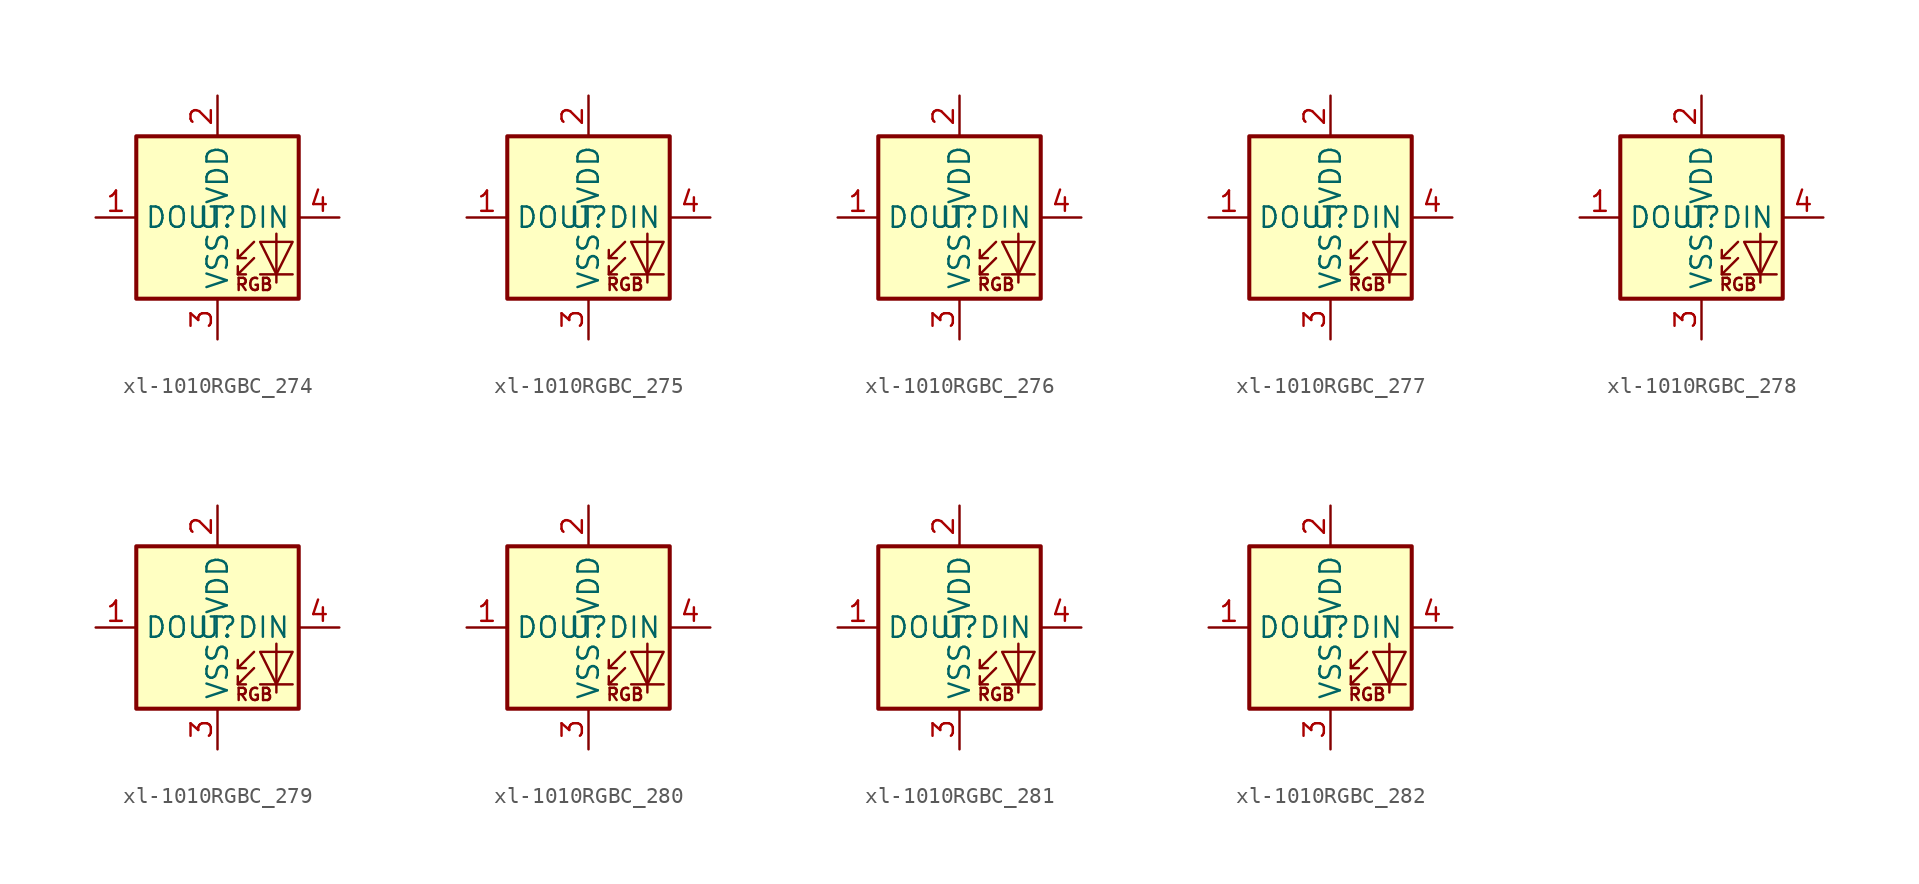
<source format=kicad_sym>
(kicad_symbol_lib
  (version 20231120)
  (generator "kicad_symbol_editor")
  (generator_version "8.0")
  (symbol "xl-1010RGBC_274"
    (property "Reference" "U"
      (at 0 0 0)
      (effects (font (size 1.27 1.27))))
    (property "Value" ""
      (at 0 0 0)
      (effects (font (size 1.27 1.27))))
    (symbol "xl-1010RGBC_274_0_0"
      (text "RGB" (at 2.286 -4.191 0) (effects (font (size 0.762 0.762)))))
    (symbol "xl-1010RGBC_274_0_1"
      (polyline (pts (xy 1.27 -3.556) (xy 1.778 -3.556)) (stroke (width 0) (type default)) (fill (type none)))
      (polyline (pts (xy 1.27 -2.54) (xy 1.778 -2.54)) (stroke (width 0) (type default)) (fill (type none)))
      (polyline (pts (xy 4.699 -3.556) (xy 2.667 -3.556)) (stroke (width 0) (type default)) (fill (type none)))
      (polyline (pts (xy 2.286 -2.54) (xy 1.27 -3.556) (xy 1.27 -3.048)) (stroke (width 0) (type default)) (fill (type none)))
      (polyline (pts (xy 2.286 -1.524) (xy 1.27 -2.54) (xy 1.27 -2.032)) (stroke (width 0) (type default)) (fill (type none)))
      (polyline (pts (xy 3.683 -1.016) (xy 3.683 -3.556) (xy 3.683 -4.064)) (stroke (width 0) (type default)) (fill (type none)))
      (polyline (pts (xy 4.699 -1.524) (xy 2.667 -1.524) (xy 3.683 -3.556) (xy 4.699 -1.524)) (stroke (width 0) (type default)) (fill (type none)))
      (rectangle (start 5.08 5.08) (end -5.08 -5.08) (stroke (width 0.254) (type default)) (fill (type background))))
    (symbol "xl-1010RGBC_274_1_1"
      (pin output line (at -7.62 0 0) (length 2.54) (name "DOUT" (effects (font (size 1.27 1.27)))) (number "1" (effects (font (size 1.27 1.27)))))
      (pin power_in line (at 0 7.62 270) (length 2.54) (name "VDD" (effects (font (size 1.27 1.27)))) (number "2" (effects (font (size 1.27 1.27)))))
      (pin power_in line (at 0 -7.62 90) (length 2.54) (name "VSS" (effects (font (size 1.27 1.27)))) (number "3" (effects (font (size 1.27 1.27)))))
      (pin input line (at 7.62 0 180) (length 2.54) (name "DIN" (effects (font (size 1.27 1.27)))) (number "4" (effects (font (size 1.27 1.27)))))))
  (symbol "xl-1010RGBC_275"
    (property "Reference" "U"
      (at 0 0 0)
      (effects (font (size 1.27 1.27))))
    (property "Value" ""
      (at 0 0 0)
      (effects (font (size 1.27 1.27))))
    (symbol "xl-1010RGBC_275_0_0"
      (text "RGB" (at 2.286 -4.191 0) (effects (font (size 0.762 0.762)))))
    (symbol "xl-1010RGBC_275_0_1"
      (polyline (pts (xy 1.27 -3.556) (xy 1.778 -3.556)) (stroke (width 0) (type default)) (fill (type none)))
      (polyline (pts (xy 1.27 -2.54) (xy 1.778 -2.54)) (stroke (width 0) (type default)) (fill (type none)))
      (polyline (pts (xy 4.699 -3.556) (xy 2.667 -3.556)) (stroke (width 0) (type default)) (fill (type none)))
      (polyline (pts (xy 2.286 -2.54) (xy 1.27 -3.556) (xy 1.27 -3.048)) (stroke (width 0) (type default)) (fill (type none)))
      (polyline (pts (xy 2.286 -1.524) (xy 1.27 -2.54) (xy 1.27 -2.032)) (stroke (width 0) (type default)) (fill (type none)))
      (polyline (pts (xy 3.683 -1.016) (xy 3.683 -3.556) (xy 3.683 -4.064)) (stroke (width 0) (type default)) (fill (type none)))
      (polyline (pts (xy 4.699 -1.524) (xy 2.667 -1.524) (xy 3.683 -3.556) (xy 4.699 -1.524)) (stroke (width 0) (type default)) (fill (type none)))
      (rectangle (start 5.08 5.08) (end -5.08 -5.08) (stroke (width 0.254) (type default)) (fill (type background))))
    (symbol "xl-1010RGBC_275_1_1"
      (pin output line (at -7.62 0 0) (length 2.54) (name "DOUT" (effects (font (size 1.27 1.27)))) (number "1" (effects (font (size 1.27 1.27)))))
      (pin power_in line (at 0 7.62 270) (length 2.54) (name "VDD" (effects (font (size 1.27 1.27)))) (number "2" (effects (font (size 1.27 1.27)))))
      (pin power_in line (at 0 -7.62 90) (length 2.54) (name "VSS" (effects (font (size 1.27 1.27)))) (number "3" (effects (font (size 1.27 1.27)))))
      (pin input line (at 7.62 0 180) (length 2.54) (name "DIN" (effects (font (size 1.27 1.27)))) (number "4" (effects (font (size 1.27 1.27)))))))
  (symbol "xl-1010RGBC_276"
    (property "Reference" "U"
      (at 0 0 0)
      (effects (font (size 1.27 1.27))))
    (property "Value" ""
      (at 0 0 0)
      (effects (font (size 1.27 1.27))))
    (symbol "xl-1010RGBC_276_0_0"
      (text "RGB" (at 2.286 -4.191 0) (effects (font (size 0.762 0.762)))))
    (symbol "xl-1010RGBC_276_0_1"
      (polyline (pts (xy 1.27 -3.556) (xy 1.778 -3.556)) (stroke (width 0) (type default)) (fill (type none)))
      (polyline (pts (xy 1.27 -2.54) (xy 1.778 -2.54)) (stroke (width 0) (type default)) (fill (type none)))
      (polyline (pts (xy 4.699 -3.556) (xy 2.667 -3.556)) (stroke (width 0) (type default)) (fill (type none)))
      (polyline (pts (xy 2.286 -2.54) (xy 1.27 -3.556) (xy 1.27 -3.048)) (stroke (width 0) (type default)) (fill (type none)))
      (polyline (pts (xy 2.286 -1.524) (xy 1.27 -2.54) (xy 1.27 -2.032)) (stroke (width 0) (type default)) (fill (type none)))
      (polyline (pts (xy 3.683 -1.016) (xy 3.683 -3.556) (xy 3.683 -4.064)) (stroke (width 0) (type default)) (fill (type none)))
      (polyline (pts (xy 4.699 -1.524) (xy 2.667 -1.524) (xy 3.683 -3.556) (xy 4.699 -1.524)) (stroke (width 0) (type default)) (fill (type none)))
      (rectangle (start 5.08 5.08) (end -5.08 -5.08) (stroke (width 0.254) (type default)) (fill (type background))))
    (symbol "xl-1010RGBC_276_1_1"
      (pin output line (at -7.62 0 0) (length 2.54) (name "DOUT" (effects (font (size 1.27 1.27)))) (number "1" (effects (font (size 1.27 1.27)))))
      (pin power_in line (at 0 7.62 270) (length 2.54) (name "VDD" (effects (font (size 1.27 1.27)))) (number "2" (effects (font (size 1.27 1.27)))))
      (pin power_in line (at 0 -7.62 90) (length 2.54) (name "VSS" (effects (font (size 1.27 1.27)))) (number "3" (effects (font (size 1.27 1.27)))))
      (pin input line (at 7.62 0 180) (length 2.54) (name "DIN" (effects (font (size 1.27 1.27)))) (number "4" (effects (font (size 1.27 1.27)))))))
  (symbol "xl-1010RGBC_277"
    (property "Reference" "U"
      (at 0 0 0)
      (effects (font (size 1.27 1.27))))
    (property "Value" ""
      (at 0 0 0)
      (effects (font (size 1.27 1.27))))
    (symbol "xl-1010RGBC_277_0_0"
      (text "RGB" (at 2.286 -4.191 0) (effects (font (size 0.762 0.762)))))
    (symbol "xl-1010RGBC_277_0_1"
      (polyline (pts (xy 1.27 -3.556) (xy 1.778 -3.556)) (stroke (width 0) (type default)) (fill (type none)))
      (polyline (pts (xy 1.27 -2.54) (xy 1.778 -2.54)) (stroke (width 0) (type default)) (fill (type none)))
      (polyline (pts (xy 4.699 -3.556) (xy 2.667 -3.556)) (stroke (width 0) (type default)) (fill (type none)))
      (polyline (pts (xy 2.286 -2.54) (xy 1.27 -3.556) (xy 1.27 -3.048)) (stroke (width 0) (type default)) (fill (type none)))
      (polyline (pts (xy 2.286 -1.524) (xy 1.27 -2.54) (xy 1.27 -2.032)) (stroke (width 0) (type default)) (fill (type none)))
      (polyline (pts (xy 3.683 -1.016) (xy 3.683 -3.556) (xy 3.683 -4.064)) (stroke (width 0) (type default)) (fill (type none)))
      (polyline (pts (xy 4.699 -1.524) (xy 2.667 -1.524) (xy 3.683 -3.556) (xy 4.699 -1.524)) (stroke (width 0) (type default)) (fill (type none)))
      (rectangle (start 5.08 5.08) (end -5.08 -5.08) (stroke (width 0.254) (type default)) (fill (type background))))
    (symbol "xl-1010RGBC_277_1_1"
      (pin output line (at -7.62 0 0) (length 2.54) (name "DOUT" (effects (font (size 1.27 1.27)))) (number "1" (effects (font (size 1.27 1.27)))))
      (pin power_in line (at 0 7.62 270) (length 2.54) (name "VDD" (effects (font (size 1.27 1.27)))) (number "2" (effects (font (size 1.27 1.27)))))
      (pin power_in line (at 0 -7.62 90) (length 2.54) (name "VSS" (effects (font (size 1.27 1.27)))) (number "3" (effects (font (size 1.27 1.27)))))
      (pin input line (at 7.62 0 180) (length 2.54) (name "DIN" (effects (font (size 1.27 1.27)))) (number "4" (effects (font (size 1.27 1.27)))))))
  (symbol "xl-1010RGBC_278"
    (property "Reference" "U"
      (at 0 0 0)
      (effects (font (size 1.27 1.27))))
    (property "Value" ""
      (at 0 0 0)
      (effects (font (size 1.27 1.27))))
    (symbol "xl-1010RGBC_278_0_0"
      (text "RGB" (at 2.286 -4.191 0) (effects (font (size 0.762 0.762)))))
    (symbol "xl-1010RGBC_278_0_1"
      (polyline (pts (xy 1.27 -3.556) (xy 1.778 -3.556)) (stroke (width 0) (type default)) (fill (type none)))
      (polyline (pts (xy 1.27 -2.54) (xy 1.778 -2.54)) (stroke (width 0) (type default)) (fill (type none)))
      (polyline (pts (xy 4.699 -3.556) (xy 2.667 -3.556)) (stroke (width 0) (type default)) (fill (type none)))
      (polyline (pts (xy 2.286 -2.54) (xy 1.27 -3.556) (xy 1.27 -3.048)) (stroke (width 0) (type default)) (fill (type none)))
      (polyline (pts (xy 2.286 -1.524) (xy 1.27 -2.54) (xy 1.27 -2.032)) (stroke (width 0) (type default)) (fill (type none)))
      (polyline (pts (xy 3.683 -1.016) (xy 3.683 -3.556) (xy 3.683 -4.064)) (stroke (width 0) (type default)) (fill (type none)))
      (polyline (pts (xy 4.699 -1.524) (xy 2.667 -1.524) (xy 3.683 -3.556) (xy 4.699 -1.524)) (stroke (width 0) (type default)) (fill (type none)))
      (rectangle (start 5.08 5.08) (end -5.08 -5.08) (stroke (width 0.254) (type default)) (fill (type background))))
    (symbol "xl-1010RGBC_278_1_1"
      (pin output line (at -7.62 0 0) (length 2.54) (name "DOUT" (effects (font (size 1.27 1.27)))) (number "1" (effects (font (size 1.27 1.27)))))
      (pin power_in line (at 0 7.62 270) (length 2.54) (name "VDD" (effects (font (size 1.27 1.27)))) (number "2" (effects (font (size 1.27 1.27)))))
      (pin power_in line (at 0 -7.62 90) (length 2.54) (name "VSS" (effects (font (size 1.27 1.27)))) (number "3" (effects (font (size 1.27 1.27)))))
      (pin input line (at 7.62 0 180) (length 2.54) (name "DIN" (effects (font (size 1.27 1.27)))) (number "4" (effects (font (size 1.27 1.27)))))))
  (symbol "xl-1010RGBC_279"
    (property "Reference" "U"
      (at 0 0 0)
      (effects (font (size 1.27 1.27))))
    (property "Value" ""
      (at 0 0 0)
      (effects (font (size 1.27 1.27))))
    (symbol "xl-1010RGBC_279_0_0"
      (text "RGB" (at 2.286 -4.191 0) (effects (font (size 0.762 0.762)))))
    (symbol "xl-1010RGBC_279_0_1"
      (polyline (pts (xy 1.27 -3.556) (xy 1.778 -3.556)) (stroke (width 0) (type default)) (fill (type none)))
      (polyline (pts (xy 1.27 -2.54) (xy 1.778 -2.54)) (stroke (width 0) (type default)) (fill (type none)))
      (polyline (pts (xy 4.699 -3.556) (xy 2.667 -3.556)) (stroke (width 0) (type default)) (fill (type none)))
      (polyline (pts (xy 2.286 -2.54) (xy 1.27 -3.556) (xy 1.27 -3.048)) (stroke (width 0) (type default)) (fill (type none)))
      (polyline (pts (xy 2.286 -1.524) (xy 1.27 -2.54) (xy 1.27 -2.032)) (stroke (width 0) (type default)) (fill (type none)))
      (polyline (pts (xy 3.683 -1.016) (xy 3.683 -3.556) (xy 3.683 -4.064)) (stroke (width 0) (type default)) (fill (type none)))
      (polyline (pts (xy 4.699 -1.524) (xy 2.667 -1.524) (xy 3.683 -3.556) (xy 4.699 -1.524)) (stroke (width 0) (type default)) (fill (type none)))
      (rectangle (start 5.08 5.08) (end -5.08 -5.08) (stroke (width 0.254) (type default)) (fill (type background))))
    (symbol "xl-1010RGBC_279_1_1"
      (pin output line (at -7.62 0 0) (length 2.54) (name "DOUT" (effects (font (size 1.27 1.27)))) (number "1" (effects (font (size 1.27 1.27)))))
      (pin power_in line (at 0 7.62 270) (length 2.54) (name "VDD" (effects (font (size 1.27 1.27)))) (number "2" (effects (font (size 1.27 1.27)))))
      (pin power_in line (at 0 -7.62 90) (length 2.54) (name "VSS" (effects (font (size 1.27 1.27)))) (number "3" (effects (font (size 1.27 1.27)))))
      (pin input line (at 7.62 0 180) (length 2.54) (name "DIN" (effects (font (size 1.27 1.27)))) (number "4" (effects (font (size 1.27 1.27)))))))
  (symbol "xl-1010RGBC_280"
    (property "Reference" "U"
      (at 0 0 0)
      (effects (font (size 1.27 1.27))))
    (property "Value" ""
      (at 0 0 0)
      (effects (font (size 1.27 1.27))))
    (symbol "xl-1010RGBC_280_0_0"
      (text "RGB" (at 2.286 -4.191 0) (effects (font (size 0.762 0.762)))))
    (symbol "xl-1010RGBC_280_0_1"
      (polyline (pts (xy 1.27 -3.556) (xy 1.778 -3.556)) (stroke (width 0) (type default)) (fill (type none)))
      (polyline (pts (xy 1.27 -2.54) (xy 1.778 -2.54)) (stroke (width 0) (type default)) (fill (type none)))
      (polyline (pts (xy 4.699 -3.556) (xy 2.667 -3.556)) (stroke (width 0) (type default)) (fill (type none)))
      (polyline (pts (xy 2.286 -2.54) (xy 1.27 -3.556) (xy 1.27 -3.048)) (stroke (width 0) (type default)) (fill (type none)))
      (polyline (pts (xy 2.286 -1.524) (xy 1.27 -2.54) (xy 1.27 -2.032)) (stroke (width 0) (type default)) (fill (type none)))
      (polyline (pts (xy 3.683 -1.016) (xy 3.683 -3.556) (xy 3.683 -4.064)) (stroke (width 0) (type default)) (fill (type none)))
      (polyline (pts (xy 4.699 -1.524) (xy 2.667 -1.524) (xy 3.683 -3.556) (xy 4.699 -1.524)) (stroke (width 0) (type default)) (fill (type none)))
      (rectangle (start 5.08 5.08) (end -5.08 -5.08) (stroke (width 0.254) (type default)) (fill (type background))))
    (symbol "xl-1010RGBC_280_1_1"
      (pin output line (at -7.62 0 0) (length 2.54) (name "DOUT" (effects (font (size 1.27 1.27)))) (number "1" (effects (font (size 1.27 1.27)))))
      (pin power_in line (at 0 7.62 270) (length 2.54) (name "VDD" (effects (font (size 1.27 1.27)))) (number "2" (effects (font (size 1.27 1.27)))))
      (pin power_in line (at 0 -7.62 90) (length 2.54) (name "VSS" (effects (font (size 1.27 1.27)))) (number "3" (effects (font (size 1.27 1.27)))))
      (pin input line (at 7.62 0 180) (length 2.54) (name "DIN" (effects (font (size 1.27 1.27)))) (number "4" (effects (font (size 1.27 1.27)))))))
  (symbol "xl-1010RGBC_281"
    (property "Reference" "U"
      (at 0 0 0)
      (effects (font (size 1.27 1.27))))
    (property "Value" ""
      (at 0 0 0)
      (effects (font (size 1.27 1.27))))
    (symbol "xl-1010RGBC_281_0_0"
      (text "RGB" (at 2.286 -4.191 0) (effects (font (size 0.762 0.762)))))
    (symbol "xl-1010RGBC_281_0_1"
      (polyline (pts (xy 1.27 -3.556) (xy 1.778 -3.556)) (stroke (width 0) (type default)) (fill (type none)))
      (polyline (pts (xy 1.27 -2.54) (xy 1.778 -2.54)) (stroke (width 0) (type default)) (fill (type none)))
      (polyline (pts (xy 4.699 -3.556) (xy 2.667 -3.556)) (stroke (width 0) (type default)) (fill (type none)))
      (polyline (pts (xy 2.286 -2.54) (xy 1.27 -3.556) (xy 1.27 -3.048)) (stroke (width 0) (type default)) (fill (type none)))
      (polyline (pts (xy 2.286 -1.524) (xy 1.27 -2.54) (xy 1.27 -2.032)) (stroke (width 0) (type default)) (fill (type none)))
      (polyline (pts (xy 3.683 -1.016) (xy 3.683 -3.556) (xy 3.683 -4.064)) (stroke (width 0) (type default)) (fill (type none)))
      (polyline (pts (xy 4.699 -1.524) (xy 2.667 -1.524) (xy 3.683 -3.556) (xy 4.699 -1.524)) (stroke (width 0) (type default)) (fill (type none)))
      (rectangle (start 5.08 5.08) (end -5.08 -5.08) (stroke (width 0.254) (type default)) (fill (type background))))
    (symbol "xl-1010RGBC_281_1_1"
      (pin output line (at -7.62 0 0) (length 2.54) (name "DOUT" (effects (font (size 1.27 1.27)))) (number "1" (effects (font (size 1.27 1.27)))))
      (pin power_in line (at 0 7.62 270) (length 2.54) (name "VDD" (effects (font (size 1.27 1.27)))) (number "2" (effects (font (size 1.27 1.27)))))
      (pin power_in line (at 0 -7.62 90) (length 2.54) (name "VSS" (effects (font (size 1.27 1.27)))) (number "3" (effects (font (size 1.27 1.27)))))
      (pin input line (at 7.62 0 180) (length 2.54) (name "DIN" (effects (font (size 1.27 1.27)))) (number "4" (effects (font (size 1.27 1.27)))))))
  (symbol "xl-1010RGBC_282"
    (property "Reference" "U"
      (at 0 0 0)
      (effects (font (size 1.27 1.27))))
    (property "Value" ""
      (at 0 0 0)
      (effects (font (size 1.27 1.27))))
    (symbol "xl-1010RGBC_282_0_0"
      (text "RGB" (at 2.286 -4.191 0) (effects (font (size 0.762 0.762)))))
    (symbol "xl-1010RGBC_282_0_1"
      (polyline (pts (xy 1.27 -3.556) (xy 1.778 -3.556)) (stroke (width 0) (type default)) (fill (type none)))
      (polyline (pts (xy 1.27 -2.54) (xy 1.778 -2.54)) (stroke (width 0) (type default)) (fill (type none)))
      (polyline (pts (xy 4.699 -3.556) (xy 2.667 -3.556)) (stroke (width 0) (type default)) (fill (type none)))
      (polyline (pts (xy 2.286 -2.54) (xy 1.27 -3.556) (xy 1.27 -3.048)) (stroke (width 0) (type default)) (fill (type none)))
      (polyline (pts (xy 2.286 -1.524) (xy 1.27 -2.54) (xy 1.27 -2.032)) (stroke (width 0) (type default)) (fill (type none)))
      (polyline (pts (xy 3.683 -1.016) (xy 3.683 -3.556) (xy 3.683 -4.064)) (stroke (width 0) (type default)) (fill (type none)))
      (polyline (pts (xy 4.699 -1.524) (xy 2.667 -1.524) (xy 3.683 -3.556) (xy 4.699 -1.524)) (stroke (width 0) (type default)) (fill (type none)))
      (rectangle (start 5.08 5.08) (end -5.08 -5.08) (stroke (width 0.254) (type default)) (fill (type background))))
    (symbol "xl-1010RGBC_282_1_1"
      (pin output line (at -7.62 0 0) (length 2.54) (name "DOUT" (effects (font (size 1.27 1.27)))) (number "1" (effects (font (size 1.27 1.27)))))
      (pin power_in line (at 0 7.62 270) (length 2.54) (name "VDD" (effects (font (size 1.27 1.27)))) (number "2" (effects (font (size 1.27 1.27)))))
      (pin power_in line (at 0 -7.62 90) (length 2.54) (name "VSS" (effects (font (size 1.27 1.27)))) (number "3" (effects (font (size 1.27 1.27)))))
      (pin input line (at 7.62 0 180) (length 2.54) (name "DIN" (effects (font (size 1.27 1.27)))) (number "4" (effects (font (size 1.27 1.27))))))))
</source>
